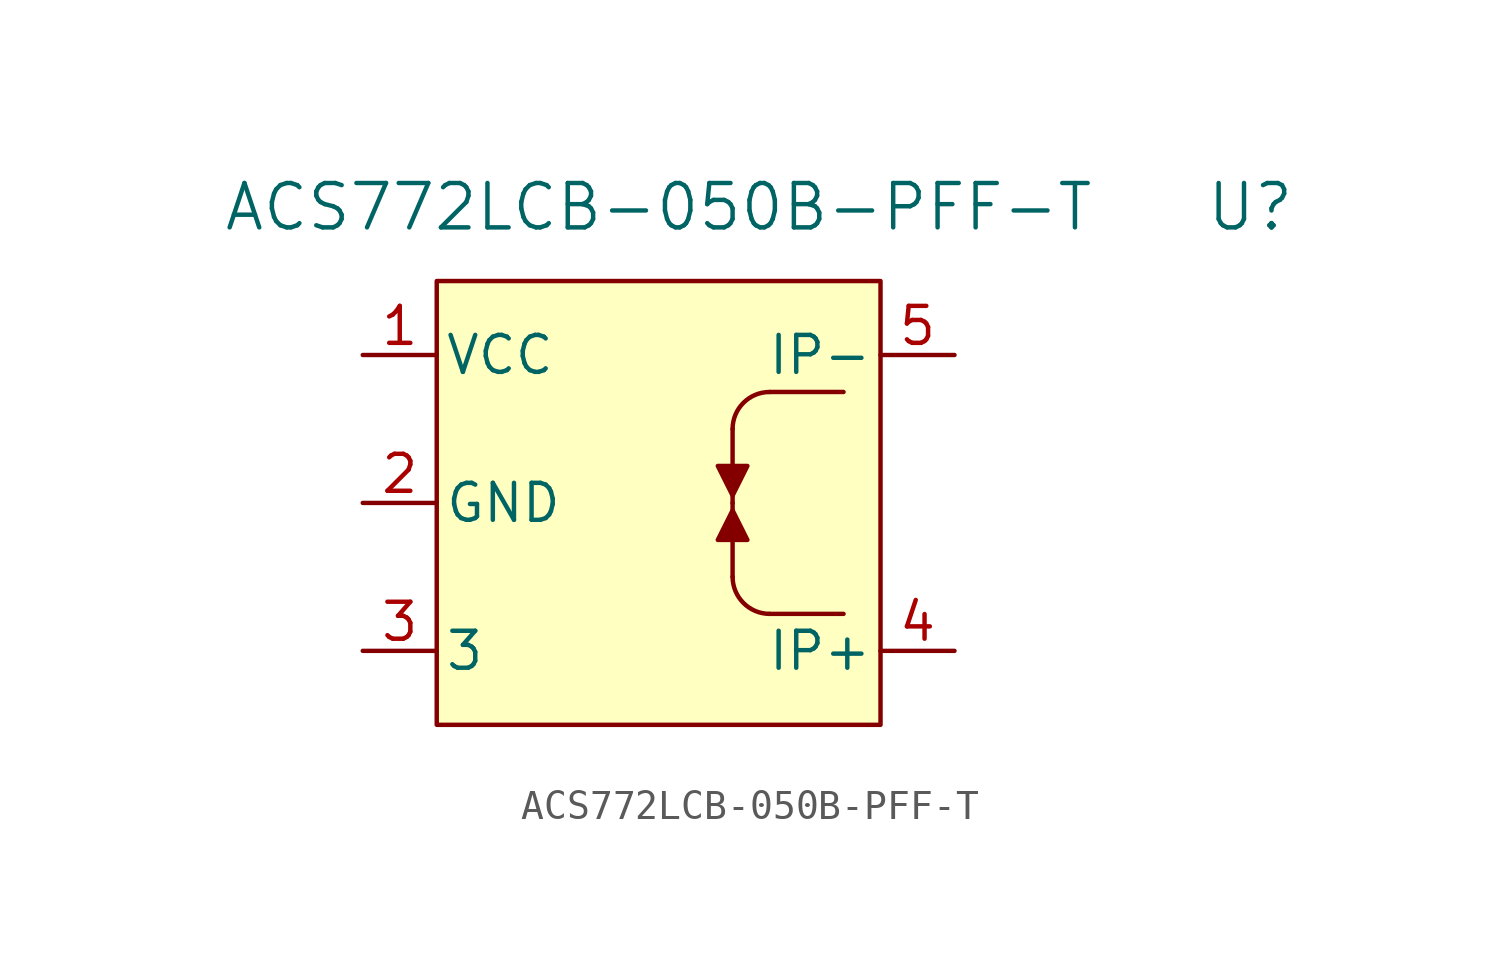
<source format=kicad_sym>
(kicad_symbol_lib
  (version 20220914)
  (generator kicad_symbol_editor)
  (symbol "ACS772LCB-050B-PFF-T"
    (pin_names
      (offset 0.254))
    (property "Reference" "U"
      (at 20.32 10.16 0)
      (effects (font (size 1.524 1.524))))
    (property "Value" "ACS772LCB-050B-PFF-T"
      (at 0 10.16 0)
      (effects (font (size 1.524 1.524))))
    (symbol "ACS772LCB-050B-PFF-T_1_1"
      (rectangle (start -7.62 7.62) (end 7.62 -7.62) (stroke (width 0) (type default)) (fill (type background)))
      (polyline (pts (xy 2.54 -2.54) (xy 2.54 0)) (stroke (width 0) (type default)) (fill (type none)))
      (polyline (pts (xy 2.54 2.54) (xy 2.54 0)) (stroke (width 0) (type default)) (fill (type none)))
      (polyline (pts (xy 6.35 -3.81) (xy 3.81 -3.81)) (stroke (width 0) (type default)) (fill (type none)))
      (polyline (pts (xy 6.35 3.81) (xy 3.81 3.81)) (stroke (width 0) (type default)) (fill (type none)))
      (polyline (pts (xy 2.54 -0.254) (xy 3.048 -1.27) (xy 2.032 -1.27) (xy 2.54 -0.254)) (stroke (width 0) (type default)) (fill (type outline)))
      (polyline (pts (xy 2.54 0.254) (xy 3.048 1.27) (xy 2.032 1.27) (xy 2.54 0.254)) (stroke (width 0) (type default)) (fill (type outline)))
      (arc (start 2.54 -2.54) (mid 2.912 -3.438) (end 3.81 -3.81) (stroke (width 0) (type default)) (fill (type none)))
      (arc (start 3.81 3.81) (mid 2.912 3.438) (end 2.54 2.54) (stroke (width 0) (type default)) (fill (type none)))
      (pin power_in line (at -10.16 5.08 0) (length 2.54) (name "VCC" (effects (font (size 1.27 1.27)))) (number "1" (effects (font (size 1.27 1.27)))))
      (pin passive line (at -10.16 0 0) (length 2.54) (name "GND" (effects (font (size 1.27 1.27)))) (number "2" (effects (font (size 1.27 1.27)))))
      (pin output line (at -10.16 -5.08 0) (length 2.54) (name "3" (effects (font (size 1.27 1.27)))) (number "3" (effects (font (size 1.27 1.27)))))
      (pin bidirectional line (at 10.16 -5.08 180) (length 2.54) (name "IP+" (effects (font (size 1.27 1.27)))) (number "4" (effects (font (size 1.27 1.27)))))
      (pin bidirectional line (at 10.16 5.08 180) (length 2.54) (name "IP-" (effects (font (size 1.27 1.27)))) (number "5" (effects (font (size 1.27 1.27))))))))
</source>
